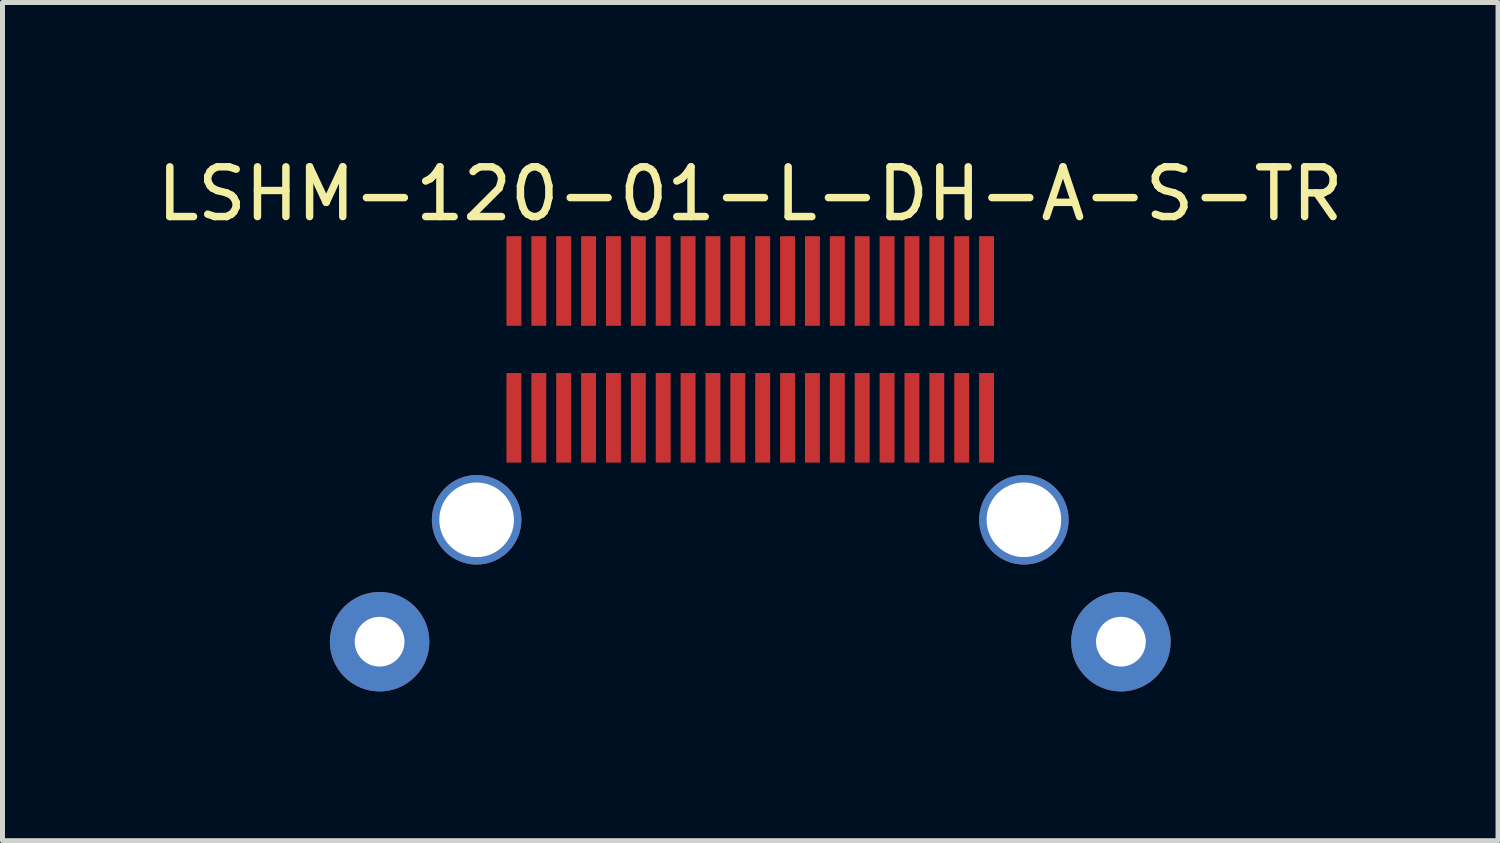
<source format=kicad_pcb>
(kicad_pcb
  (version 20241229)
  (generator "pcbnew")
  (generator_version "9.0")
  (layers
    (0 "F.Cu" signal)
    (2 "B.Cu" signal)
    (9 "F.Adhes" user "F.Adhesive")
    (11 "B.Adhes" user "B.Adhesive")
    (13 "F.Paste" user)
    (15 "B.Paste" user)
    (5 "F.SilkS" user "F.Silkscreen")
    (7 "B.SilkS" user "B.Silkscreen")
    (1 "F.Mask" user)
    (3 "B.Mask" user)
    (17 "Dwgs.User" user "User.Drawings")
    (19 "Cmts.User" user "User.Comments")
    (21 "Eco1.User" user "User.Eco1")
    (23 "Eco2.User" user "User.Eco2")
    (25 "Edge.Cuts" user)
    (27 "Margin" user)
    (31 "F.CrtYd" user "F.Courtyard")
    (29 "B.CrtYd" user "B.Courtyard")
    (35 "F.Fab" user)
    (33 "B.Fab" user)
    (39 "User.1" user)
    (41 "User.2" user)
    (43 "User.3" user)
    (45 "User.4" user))
  (footprint "LSHM-120-01-L-DH-A-S-TR"
    (layer "F.Cu")
    (at 12.03 5.348)
    (property "Reference" "LSHM-120-01-L-DH-A-S-TR" (at 0 -4.5 0) (layer "F.SilkS") (effects (font (size 1 1) (thickness 0.15))))
    (attr through_hole)
    (pad "1" smd rect (at -4.75 -2.75 90) (size 1.8 0.3) (layers "F.Cu" "F.Mask" "F.Paste"))
    (pad "2" smd rect (at -4.25 -2.75 90) (size 1.8 0.3) (layers "F.Cu" "F.Mask" "F.Paste"))
    (pad "3" smd rect (at -3.75 -2.75 90) (size 1.8 0.3) (layers "F.Cu" "F.Mask" "F.Paste"))
    (pad "4" smd rect (at -3.25 -2.75 90) (size 1.8 0.3) (layers "F.Cu" "F.Mask" "F.Paste"))
    (pad "5" smd rect (at -2.75 -2.75 90) (size 1.8 0.3) (layers "F.Cu" "F.Mask" "F.Paste"))
    (pad "6" smd rect (at -2.25 -2.75 90) (size 1.8 0.3) (layers "F.Cu" "F.Mask" "F.Paste"))
    (pad "7" smd rect (at -1.75 -2.75 90) (size 1.8 0.3) (layers "F.Cu" "F.Mask" "F.Paste"))
    (pad "8" smd rect (at -1.25 -2.75 90) (size 1.8 0.3) (layers "F.Cu" "F.Mask" "F.Paste"))
    (pad "9" smd rect (at -0.75 -2.75 90) (size 1.8 0.3) (layers "F.Cu" "F.Mask" "F.Paste"))
    (pad "10" smd rect (at -0.25 -2.75 90) (size 1.8 0.3) (layers "F.Cu" "F.Mask" "F.Paste"))
    (pad "11" smd rect (at 0.25 -2.75 90) (size 1.8 0.3) (layers "F.Cu" "F.Mask" "F.Paste"))
    (pad "12" smd rect (at 0.75 -2.75 90) (size 1.8 0.3) (layers "F.Cu" "F.Mask" "F.Paste"))
    (pad "13" smd rect (at 1.25 -2.75 90) (size 1.8 0.3) (layers "F.Cu" "F.Mask" "F.Paste"))
    (pad "14" smd rect (at 1.75 -2.75 90) (size 1.8 0.3) (layers "F.Cu" "F.Mask" "F.Paste"))
    (pad "15" smd rect (at 2.25 -2.75 90) (size 1.8 0.3) (layers "F.Cu" "F.Mask" "F.Paste"))
    (pad "16" smd rect (at 2.75 -2.75 90) (size 1.8 0.3) (layers "F.Cu" "F.Mask" "F.Paste"))
    (pad "17" smd rect (at 3.25 -2.75 90) (size 1.8 0.3) (layers "F.Cu" "F.Mask" "F.Paste"))
    (pad "18" smd rect (at 3.75 -2.75 90) (size 1.8 0.3) (layers "F.Cu" "F.Mask" "F.Paste"))
    (pad "19" smd rect (at 4.25 -2.75 90) (size 1.8 0.3) (layers "F.Cu" "F.Mask" "F.Paste"))
    (pad "20" smd rect (at 4.75 -2.75 90) (size 1.8 0.3) (layers "F.Cu" "F.Mask" "F.Paste"))
    (pad "21" smd rect (at -4.75 0 90) (size 1.8 0.3) (layers "F.Cu" "F.Mask" "F.Paste"))
    (pad "22" smd rect (at -4.25 0 90) (size 1.8 0.3) (layers "F.Cu" "F.Mask" "F.Paste"))
    (pad "23" smd rect (at -3.75 0 90) (size 1.8 0.3) (layers "F.Cu" "F.Mask" "F.Paste"))
    (pad "24" smd rect (at -3.25 0 90) (size 1.8 0.3) (layers "F.Cu" "F.Mask" "F.Paste"))
    (pad "25" smd rect (at -2.75 0 90) (size 1.8 0.3) (layers "F.Cu" "F.Mask" "F.Paste"))
    (pad "26" smd rect (at -2.25 0 90) (size 1.8 0.3) (layers "F.Cu" "F.Mask" "F.Paste"))
    (pad "27" smd rect (at -1.75 0 90) (size 1.8 0.3) (layers "F.Cu" "F.Mask" "F.Paste"))
    (pad "28" smd rect (at -1.25 0 90) (size 1.8 0.3) (layers "F.Cu" "F.Mask" "F.Paste"))
    (pad "29" smd rect (at -0.75 0 90) (size 1.8 0.3) (layers "F.Cu" "F.Mask" "F.Paste"))
    (pad "30" smd rect (at -0.25 0 90) (size 1.8 0.3) (layers "F.Cu" "F.Mask" "F.Paste"))
    (pad "31" smd rect (at 0.25 0 90) (size 1.8 0.3) (layers "F.Cu" "F.Mask" "F.Paste"))
    (pad "32" smd rect (at 0.75 0 90) (size 1.8 0.3) (layers "F.Cu" "F.Mask" "F.Paste"))
    (pad "33" smd rect (at 1.25 0 90) (size 1.8 0.3) (layers "F.Cu" "F.Mask" "F.Paste"))
    (pad "34" smd rect (at 1.75 0 90) (size 1.8 0.3) (layers "F.Cu" "F.Mask" "F.Paste"))
    (pad "35" smd rect (at 2.25 0 90) (size 1.8 0.3) (layers "F.Cu" "F.Mask" "F.Paste"))
    (pad "36" smd rect (at 2.75 0 90) (size 1.8 0.3) (layers "F.Cu" "F.Mask" "F.Paste"))
    (pad "37" smd rect (at 3.25 0 90) (size 1.8 0.3) (layers "F.Cu" "F.Mask" "F.Paste"))
    (pad "38" smd rect (at 3.75 0 90) (size 1.8 0.3) (layers "F.Cu" "F.Mask" "F.Paste"))
    (pad "39" smd rect (at 4.25 0 90) (size 1.8 0.3) (layers "F.Cu" "F.Mask" "F.Paste"))
    (pad "40" smd rect (at 4.75 0 90) (size 1.8 0.3) (layers "F.Cu" "F.Mask" "F.Paste"))
    (pad "41" thru_hole circle (at -5.5 2.05 90) (size 1.8 1.8) (drill 1.5) (layers "*.Cu" "*.Mask"))
    (pad "42" thru_hole circle (at 5.5 2.05 90) (size 1.8 1.8) (drill 1.5) (layers "*.Cu" "*.Mask"))
    (pad "43" thru_hole circle (at -7.45 4.5 90) (size 2 2) (drill 1) (layers "*.Cu" "*.Mask"))
    (pad "44" thru_hole circle (at 7.45 4.5 90) (size 2 2) (drill 1) (layers "*.Cu" "*.Mask")))
  (gr_rect
    (start -3 -3)
    (end 27.06 13.848)
    (stroke (width 0.1) (type default))
    (fill no)
    (layer "Edge.Cuts")))
</source>
